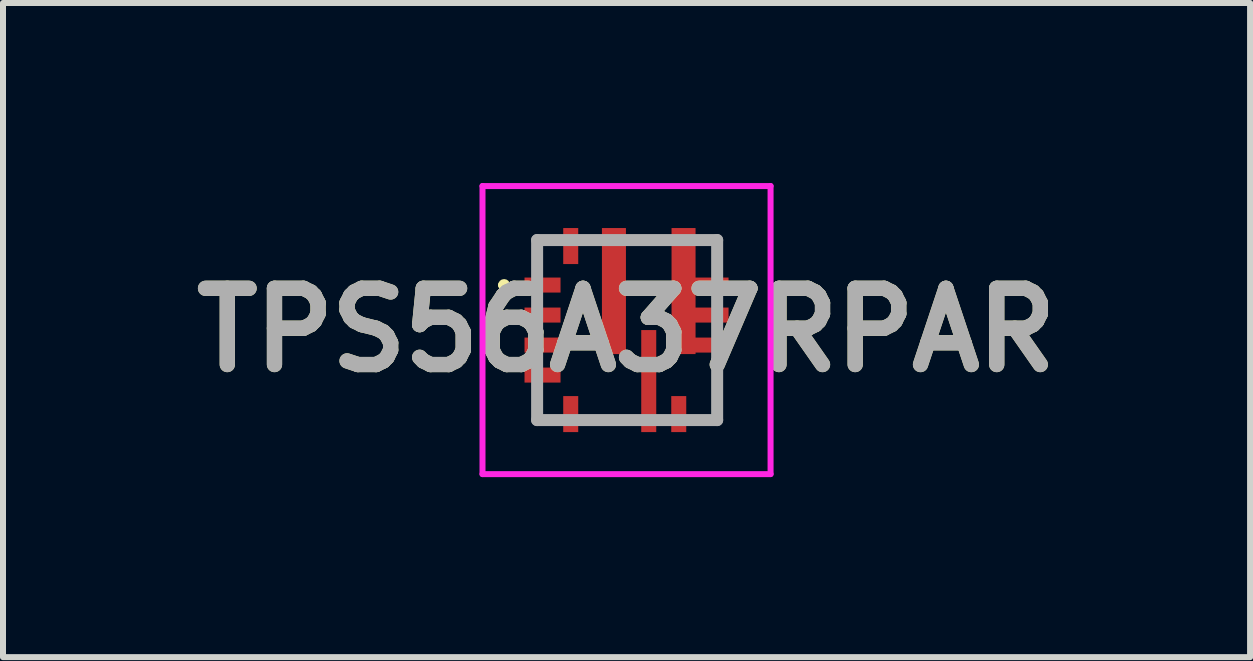
<source format=kicad_pcb>
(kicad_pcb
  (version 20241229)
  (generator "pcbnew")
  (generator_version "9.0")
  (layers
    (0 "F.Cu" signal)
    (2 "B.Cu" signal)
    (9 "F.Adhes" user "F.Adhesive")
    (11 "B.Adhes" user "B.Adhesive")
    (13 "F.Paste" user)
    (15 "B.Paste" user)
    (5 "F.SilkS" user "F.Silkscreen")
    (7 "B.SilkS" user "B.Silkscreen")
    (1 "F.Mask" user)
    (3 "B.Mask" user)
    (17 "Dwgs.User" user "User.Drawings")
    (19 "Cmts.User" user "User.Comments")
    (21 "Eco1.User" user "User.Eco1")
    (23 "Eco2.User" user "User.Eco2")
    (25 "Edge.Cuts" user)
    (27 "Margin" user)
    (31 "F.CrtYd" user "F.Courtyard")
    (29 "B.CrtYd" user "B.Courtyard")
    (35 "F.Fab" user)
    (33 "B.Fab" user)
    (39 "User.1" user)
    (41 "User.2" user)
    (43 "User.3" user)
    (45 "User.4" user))
  (footprint "TPS56A37RPAR"
    (layer "F.Cu")
    (at 7.4 2.45)
    (property "Reference" "TPS56A37RPAR" (at -0.01 0 0) (layer "F.SilkS") (effects (font (size 1.27 1.27) (thickness 0.254))))
    (attr smd)
    (fp_line (start -2.1 -0.75) (end -2.1 -0.75) (stroke (width 0.1) (type solid)) (layer "F.SilkS"))
    (fp_line (start -2 -0.75) (end -2 -0.75) (stroke (width 0.1) (type solid)) (layer "F.SilkS"))
    (fp_line (start -1.5 -1.5) (end -1.25 -1.5) (stroke (width 0.1) (type solid)) (layer "F.SilkS"))
    (fp_line (start -1.5 -1.4) (end -1.5 -1.5) (stroke (width 0.1) (type solid)) (layer "F.SilkS"))
    (fp_line (start -1.5 -1.25) (end -1.5 -1.4) (stroke (width 0.1) (type solid)) (layer "F.SilkS"))
    (fp_line (start -1.5 1.25) (end -1.5 1.5) (stroke (width 0.1) (type solid)) (layer "F.SilkS"))
    (fp_line (start -1.5 1.5) (end -1.25 1.5) (stroke (width 0.1) (type solid)) (layer "F.SilkS"))
    (fp_line (start -0.5 1.5) (end 0 1.5) (stroke (width 0.1) (type solid)) (layer "F.SilkS"))
    (fp_line (start 0.5 -1.5) (end 0.25 -1.5) (stroke (width 0.1) (type solid)) (layer "F.SilkS"))
    (fp_line (start 1.5 -1.5) (end 1.5 -1.25) (stroke (width 0.1) (type solid)) (layer "F.SilkS"))
    (fp_line (start 1.5 1.5) (end 1.5 0.85) (stroke (width 0.1) (type solid)) (layer "F.SilkS"))
    (fp_arc (start -2.1 -0.75) (mid -2.05 -0.8) (end -2 -0.75) (stroke (width 0.1) (type solid)) (layer "F.SilkS"))
    (fp_arc (start -2 -0.75) (mid -2.05 -0.7) (end -2.1 -0.75) (stroke (width 0.1) (type solid)) (layer "F.SilkS"))
    (fp_line (start -2.41 -2.4) (end 2.39 -2.4) (stroke (width 0.1) (type solid)) (layer "F.CrtYd"))
    (fp_line (start -2.41 2.4) (end -2.41 -2.4) (stroke (width 0.1) (type solid)) (layer "F.CrtYd"))
    (fp_line (start 2.39 -2.4) (end 2.39 2.4) (stroke (width 0.1) (type solid)) (layer "F.CrtYd"))
    (fp_line (start 2.39 2.4) (end -2.41 2.4) (stroke (width 0.1) (type solid)) (layer "F.CrtYd"))
    (fp_line (start -1.5 -1.5) (end 1.5 -1.5) (stroke (width 0.2) (type solid)) (layer "F.Fab"))
    (fp_line (start -1.5 1.5) (end -1.5 -1.5) (stroke (width 0.2) (type solid)) (layer "F.Fab"))
    (fp_line (start 1.5 -1.5) (end 1.5 1.5) (stroke (width 0.2) (type solid)) (layer "F.Fab"))
    (fp_line (start 1.5 1.5) (end -1.5 1.5) (stroke (width 0.2) (type solid)) (layer "F.Fab"))
    (fp_text user "${REFERENCE}" (at -0.01 0 0) (layer "F.Fab") (effects (font (size 1.27 1.27) (thickness 0.254))))
    (pad "1" smd rect (at -1.41 -0.75 90) (size 0.25 0.6) (layers "F.Cu" "F.Mask" "F.Paste"))
    (pad "2" smd rect (at -1.41 -0.25 90) (size 0.25 0.6) (layers "F.Cu" "F.Mask" "F.Paste"))
    (pad "3" smd rect (at -1.41 0.25 90) (size 0.25 0.6) (layers "F.Cu" "F.Mask" "F.Paste"))
    (pad "4" smd rect (at -1.41 0.75 90) (size 0.25 0.6) (layers "F.Cu" "F.Mask" "F.Paste"))
    (pad "5" smd rect (at -0.94 1.4) (size 0.25 0.6) (layers "F.Cu" "F.Mask" "F.Paste"))
    (pad "6" smd rect (at 0.36 0.85) (size 0.25 1.7) (layers "F.Cu" "F.Mask" "F.Paste"))
    (pad "7" smd rect (at 0.86 1.4) (size 0.25 0.6) (layers "F.Cu" "F.Mask" "F.Paste"))
    (pad "8" smd rect (at 0.94 -0.65) (size 0.4 2.1) (layers "F.Cu" "F.Mask" "F.Paste"))
    (pad "9" smd rect (at -0.22 -0.65) (size 0.4 2.1) (layers "F.Cu" "F.Mask" "F.Paste"))
    (pad "10" smd rect (at -0.94 -1.4) (size 0.25 0.6) (layers "F.Cu" "F.Mask" "F.Paste"))
    (pad "11" smd rect (at 1.41 0.25 90) (size 0.25 0.56) (layers "F.Cu" "F.Mask" "F.Paste"))
    (pad "12" smd rect (at 1.41 -0.25 90) (size 0.25 0.56) (layers "F.Cu" "F.Mask" "F.Paste"))
    (pad "13" smd rect (at 1.41 -0.75 90) (size 0.25 0.56) (layers "F.Cu" "F.Mask" "F.Paste")))
  (gr_rect
    (start -3 -3)
    (end 17.78 7.9)
    (stroke (width 0.1) (type default))
    (fill no)
    (layer "Edge.Cuts")))
</source>
